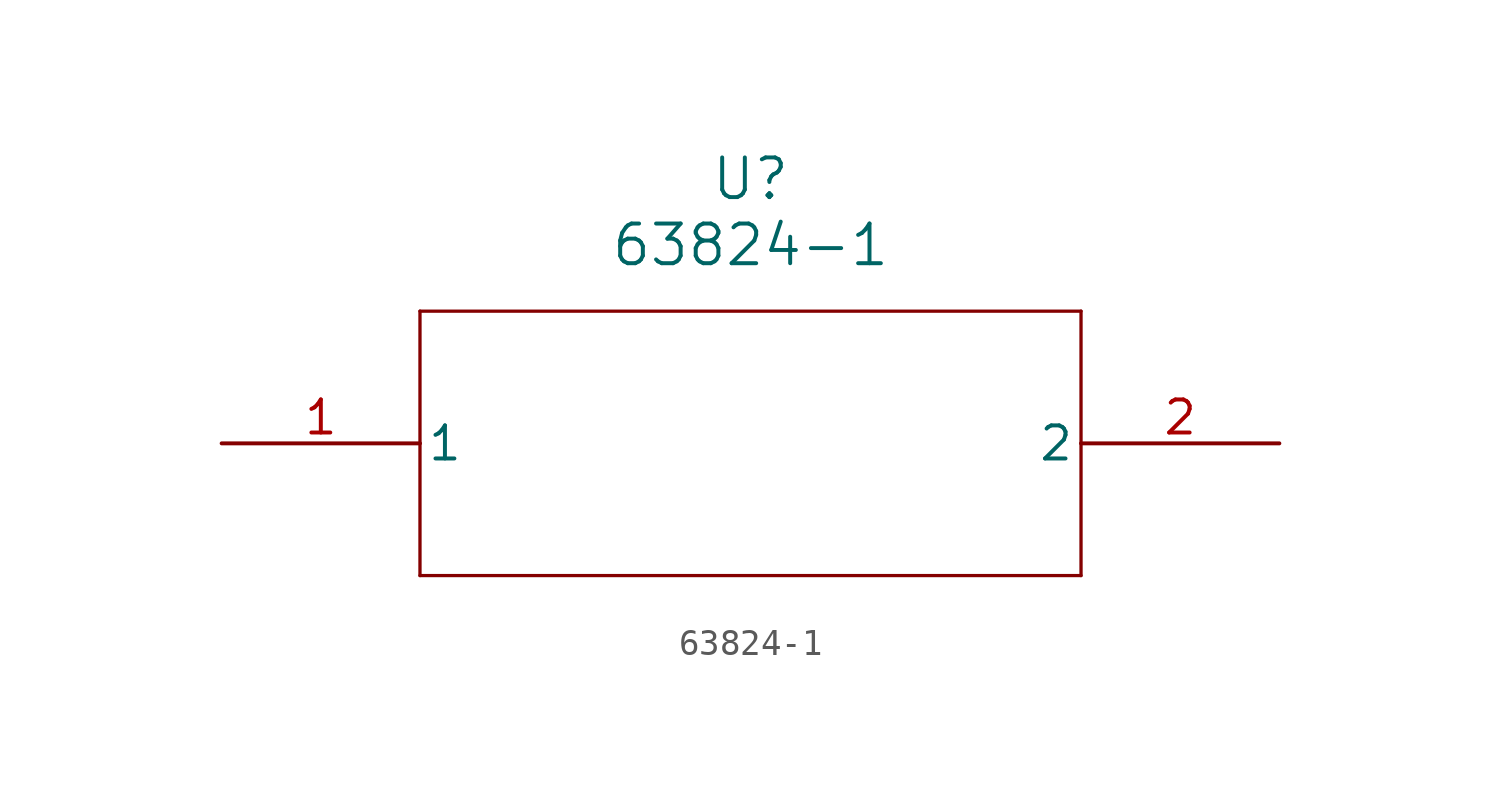
<source format=kicad_sym>
(kicad_symbol_lib
  (version 20211014)
  (generator kicad_symbol_editor)
  (symbol "63824-1"
    (pin_names
      (offset 0.254))
    (property "Reference" "U"
      (at 20.32 10.16 0)
      (effects (font (size 1.524 1.524))))
    (property "Value" "63824-1"
      (at 20.32 7.62 0)
      (effects (font (size 1.524 1.524))))
    (symbol "63824-1_0_1"
      (polyline (pts (xy 7.62 5.08) (xy 7.62 -5.08)) (stroke (width 0.127) (type default) (color 0 0 0 0)) (fill (type none)))
      (polyline (pts (xy 7.62 -5.08) (xy 33.02 -5.08)) (stroke (width 0.127) (type default) (color 0 0 0 0)) (fill (type none)))
      (polyline (pts (xy 33.02 -5.08) (xy 33.02 5.08)) (stroke (width 0.127) (type default) (color 0 0 0 0)) (fill (type none)))
      (polyline (pts (xy 33.02 5.08) (xy 7.62 5.08)) (stroke (width 0.127) (type default) (color 0 0 0 0)) (fill (type none)))
      (pin unspecified line (at 0 0 0) (length 7.62) (name "1" (effects (font (size 1.27 1.27)))) (number "1" (effects (font (size 1.27 1.27)))))
      (pin unspecified line (at 40.64 0 180) (length 7.62) (name "2" (effects (font (size 1.27 1.27)))) (number "2" (effects (font (size 1.27 1.27))))))))
</source>
